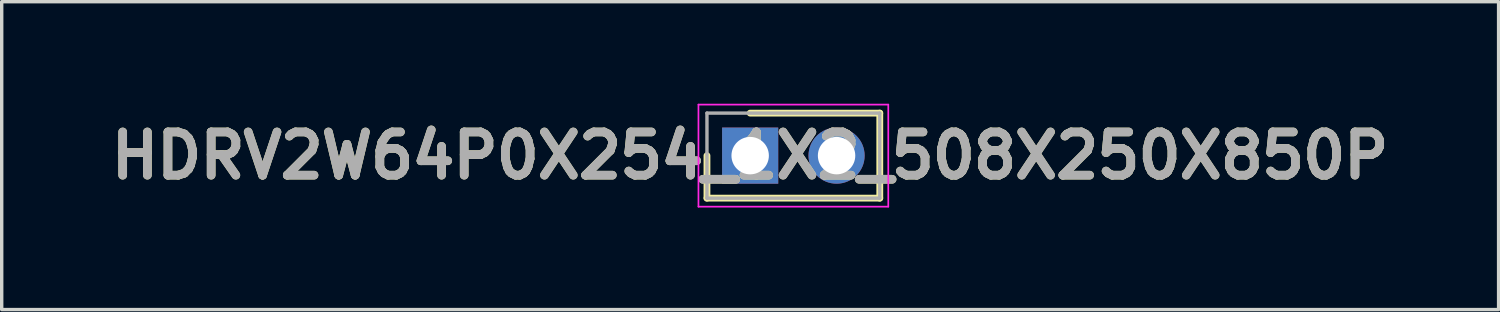
<source format=kicad_pcb>
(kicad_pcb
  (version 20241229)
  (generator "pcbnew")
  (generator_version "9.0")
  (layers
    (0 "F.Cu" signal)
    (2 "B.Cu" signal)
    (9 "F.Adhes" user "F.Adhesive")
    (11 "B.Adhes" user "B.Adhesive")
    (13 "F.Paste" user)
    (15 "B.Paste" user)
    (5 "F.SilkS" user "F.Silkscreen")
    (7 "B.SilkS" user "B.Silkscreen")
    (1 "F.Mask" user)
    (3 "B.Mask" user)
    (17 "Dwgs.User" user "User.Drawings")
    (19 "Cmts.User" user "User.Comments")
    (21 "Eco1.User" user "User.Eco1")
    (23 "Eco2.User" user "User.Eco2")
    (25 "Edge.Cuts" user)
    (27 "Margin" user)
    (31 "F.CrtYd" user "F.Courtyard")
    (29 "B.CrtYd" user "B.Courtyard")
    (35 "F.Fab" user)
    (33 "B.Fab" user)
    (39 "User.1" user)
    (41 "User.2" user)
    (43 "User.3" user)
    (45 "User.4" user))
  (footprint "HDRV2W64P0X254_1X2_508X250X850P"
    (layer "F.Cu")
    (at 19.002 1.525)
    (property "Reference" "HDRV2W64P0X254_1X2_508X250X850P" (at 0 0 0) (layer "F.SilkS") (effects (font (size 1.27 1.27) (thickness 0.254))))
    (attr through_hole)
    (fp_line (start -1.27 0) (end -1.27 1.25) (stroke (width 0.2) (type solid)) (layer "F.SilkS"))
    (fp_line (start -1.27 1.25) (end 3.81 1.25) (stroke (width 0.2) (type solid)) (layer "F.SilkS"))
    (fp_line (start 3.81 -1.25) (end 0 -1.25) (stroke (width 0.2) (type solid)) (layer "F.SilkS"))
    (fp_line (start 3.81 1.25) (end 3.81 -1.25) (stroke (width 0.2) (type solid)) (layer "F.SilkS"))
    (fp_line (start -1.52 -1.5) (end 4.06 -1.5) (stroke (width 0.05) (type solid)) (layer "F.CrtYd"))
    (fp_line (start -1.52 1.5) (end -1.52 -1.5) (stroke (width 0.05) (type solid)) (layer "F.CrtYd"))
    (fp_line (start 4.06 -1.5) (end 4.06 1.5) (stroke (width 0.05) (type solid)) (layer "F.CrtYd"))
    (fp_line (start 4.06 1.5) (end -1.52 1.5) (stroke (width 0.05) (type solid)) (layer "F.CrtYd"))
    (fp_line (start -1.27 -1.25) (end 3.81 -1.25) (stroke (width 0.1) (type solid)) (layer "F.Fab"))
    (fp_line (start -1.27 1.25) (end -1.27 -1.25) (stroke (width 0.1) (type solid)) (layer "F.Fab"))
    (fp_line (start 3.81 -1.25) (end 3.81 1.25) (stroke (width 0.1) (type solid)) (layer "F.Fab"))
    (fp_line (start 3.81 1.25) (end -1.27 1.25) (stroke (width 0.1) (type solid)) (layer "F.Fab"))
    (fp_text user "${REFERENCE}" (at 0 0 0) (layer "F.Fab") (effects (font (size 1.27 1.27) (thickness 0.254))))
    (pad "1" thru_hole rect (at 0 0) (size 1.65 1.65) (drill 1.1) (layers "*.Cu" "*.Mask"))
    (pad "2" thru_hole circle (at 2.54 0) (size 1.65 1.65) (drill 1.1) (layers "*.Cu" "*.Mask")))
  (gr_rect
    (start -3 -3)
    (end 41.003 6.05)
    (stroke (width 0.1) (type default))
    (fill no)
    (layer "Edge.Cuts")))
</source>
